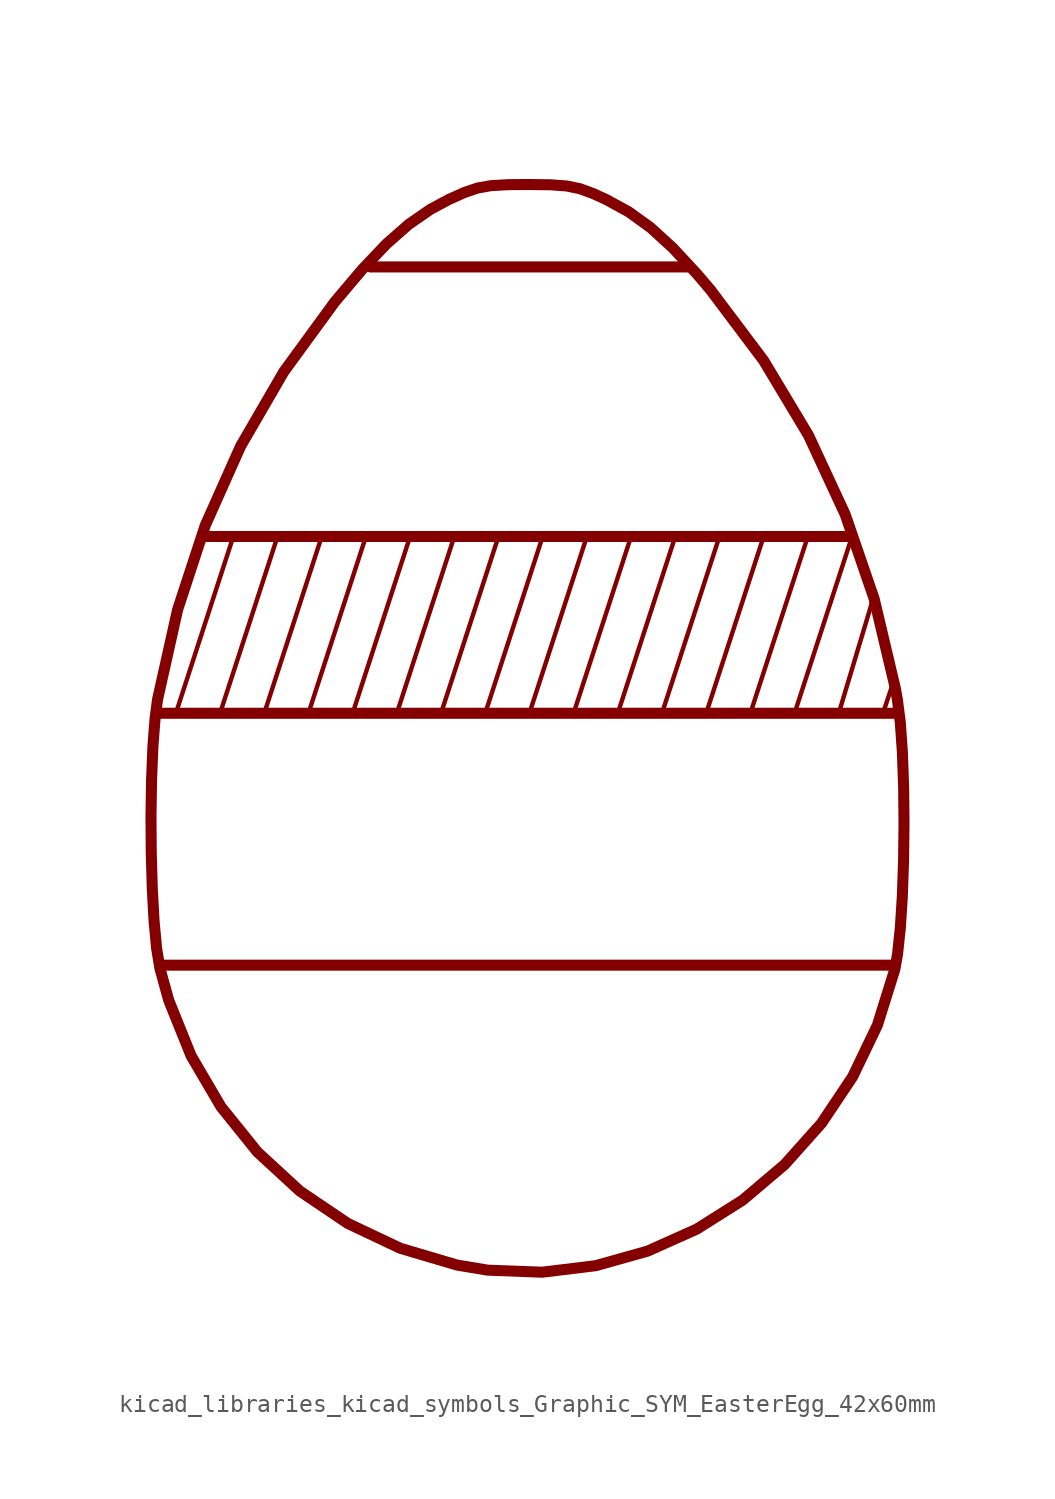
<source format=kicad_sym>
(kicad_symbol_lib
  (version 20220914)
  (generator kicad_symbol_editor)
  (symbol "kicad_libraries_kicad_symbols_Graphic_SYM_EasterEgg_42x60mm"
    (property "Reference" "SYM"
      (at 0 0 0)
      (effects (font (size 1.27 1.27)) hide))
    (symbol "kicad_libraries_kicad_symbols_Graphic_SYM_EasterEgg_42x60mm_0_0"
      (polyline (pts (xy -21.336 31.75) (xy 21.082 31.75)) (stroke (width 0.635) (type default)) (fill (type none)))
      (polyline (pts (xy -21.082 17.272) (xy 20.828 17.272)) (stroke (width 0.635) (type default)) (fill (type none)))
      (polyline (pts (xy -20.32 31.75) (xy -17.018 41.91)) (stroke (width 0.254) (type default)) (fill (type none)))
      (polyline (pts (xy -18.542 41.91) (xy 18.542 41.91)) (stroke (width 0.635) (type default)) (fill (type none)))
      (polyline (pts (xy -17.78 31.75) (xy -14.478 41.91)) (stroke (width 0.254) (type default)) (fill (type none)))
      (polyline (pts (xy -15.24 31.75) (xy -11.938 41.91)) (stroke (width 0.254) (type default)) (fill (type none)))
      (polyline (pts (xy -12.7 31.75) (xy -9.398 41.91)) (stroke (width 0.254) (type default)) (fill (type none)))
      (polyline (pts (xy -10.16 31.75) (xy -6.858 41.91)) (stroke (width 0.254) (type default)) (fill (type none)))
      (polyline (pts (xy -9.144 57.404) (xy 9.144 57.404)) (stroke (width 0.635) (type default)) (fill (type none)))
      (polyline (pts (xy -7.62 31.75) (xy -4.318 41.91)) (stroke (width 0.254) (type default)) (fill (type none)))
      (polyline (pts (xy -5.08 31.75) (xy -1.778 41.91)) (stroke (width 0.254) (type default)) (fill (type none)))
      (polyline (pts (xy -2.54 31.75) (xy 0.762 41.91)) (stroke (width 0.254) (type default)) (fill (type none)))
      (polyline (pts (xy 0 31.75) (xy 3.302 41.91)) (stroke (width 0.254) (type default)) (fill (type none)))
      (polyline (pts (xy 2.54 31.75) (xy 5.842 41.91)) (stroke (width 0.254) (type default)) (fill (type none)))
      (polyline (pts (xy 5.08 31.75) (xy 8.382 41.91)) (stroke (width 0.254) (type default)) (fill (type none)))
      (polyline (pts (xy 7.62 31.75) (xy 10.922 41.91)) (stroke (width 0.254) (type default)) (fill (type none)))
      (polyline (pts (xy 10.16 31.75) (xy 13.462 41.91)) (stroke (width 0.254) (type default)) (fill (type none)))
      (polyline (pts (xy 12.7 31.75) (xy 16.002 41.91)) (stroke (width 0.254) (type default)) (fill (type none)))
      (polyline (pts (xy 15.24 31.75) (xy 18.542 41.91)) (stroke (width 0.254) (type default)) (fill (type none)))
      (polyline (pts (xy 17.78 31.75) (xy 19.685 38.1)) (stroke (width 0.254) (type default)) (fill (type none)))
      (polyline (pts (xy 20.32 31.75) (xy 20.955 33.655)) (stroke (width 0.254) (type default)) (fill (type none)))
      (polyline (pts (xy 3.81 0) (xy 6.788 0.836) (xy 9.619 2.103) (xy 12.26 3.77) (xy 14.664 5.807) (xy 16.786 8.182) (xy 18.58 10.865) (xy 20.001 13.826) (xy 21.003 17.033) (xy 21.158 17.902) (xy 21.318 19.406) (xy 21.434 21.239) (xy 21.505 23.284) (xy 21.53 25.422) (xy 21.508 27.536) (xy 21.437 29.507) (xy 21.317 31.219) (xy 21.147 32.553) (xy 21.029 33.198) (xy 19.813 38.333) (xy 18.153 43.169) (xy 16.04 47.725) (xy 13.464 52.02) (xy 10.417 56.073) (xy 9.657 56.967) (xy 8.248 58.489) (xy 6.964 59.662) (xy 5.712 60.567) (xy 4.396 61.286) (xy 3.647 61.627) (xy 2.887 61.904) (xy 2.127 62.058) (xy 1.188 62.126) (xy -0.111 62.141) (xy -1.219 62.132) (xy -2.206 62.075) (xy -2.983 61.938) (xy -3.731 61.684) (xy -4.63 61.281) (xy -5.679 60.72) (xy -6.936 59.851) (xy -8.219 58.722) (xy -9.608 57.262) (xy -11.181 55.401) (xy -14.114 51.384) (xy -16.6 47.099) (xy -18.632 42.547) (xy -20.219 37.706) (xy -21.371 32.553) (xy -21.514 31.476) (xy -21.64 29.836) (xy -21.718 27.918) (xy -21.75 25.836) (xy -21.735 23.71) (xy -21.675 21.654) (xy -21.572 19.788) (xy -21.426 18.226) (xy -21.237 17.086) (xy -20.729 15.249) (xy -19.441 12.055) (xy -17.731 9.139) (xy -15.636 6.537) (xy -13.194 4.288) (xy -10.443 2.43) (xy -7.421 1) (xy -4.164 0.036) (xy -2.401 -0.257) (xy 0.732 -0.375) (xy 3.81 0)) (stroke (width 0.635) (type default)) (fill (type none))))))
</source>
